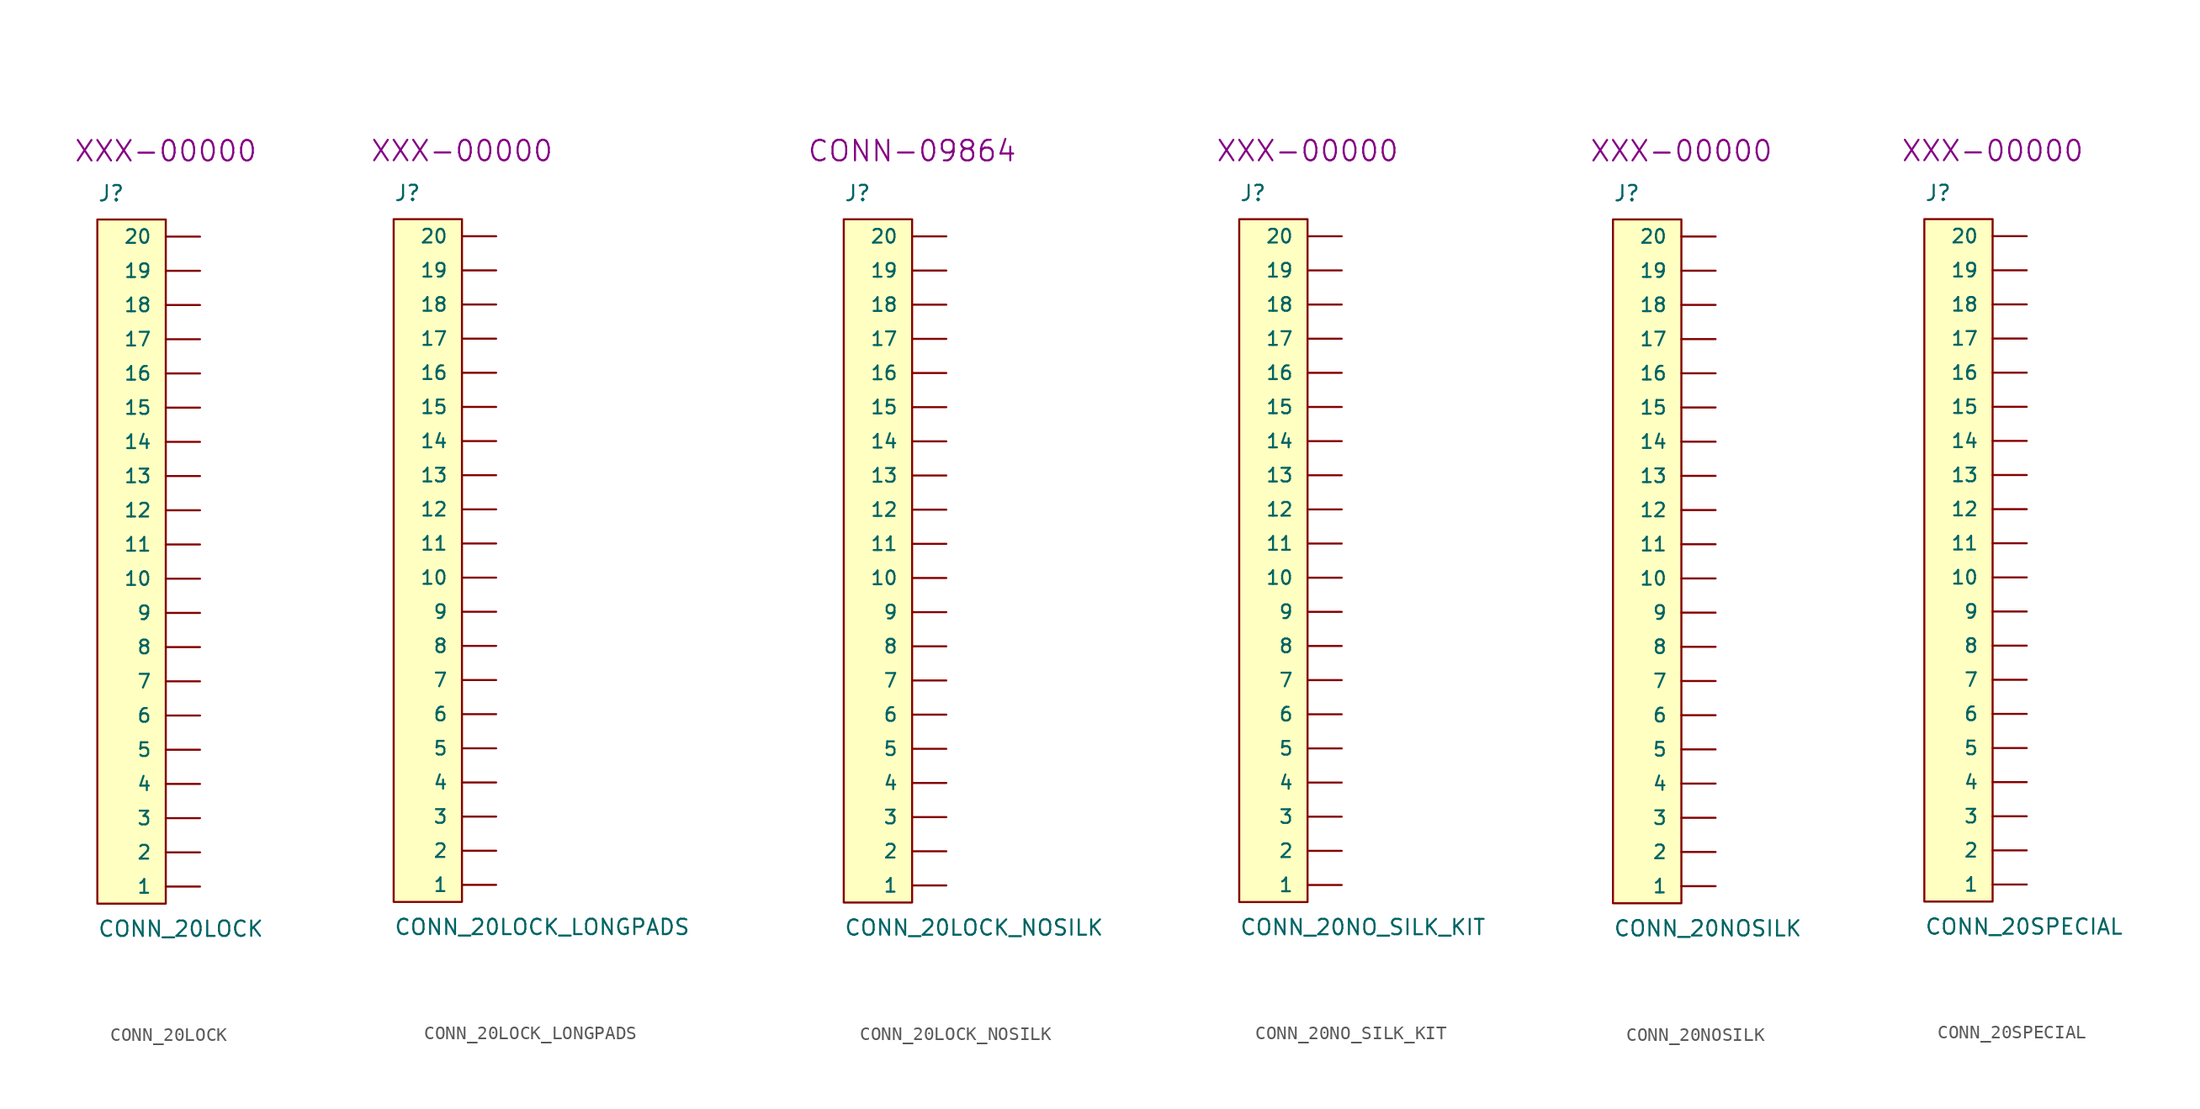
<source format=kicad_sym>
(kicad_symbol_lib
  (version 20220914)
  (generator kicad_symbol_editor)
  (symbol "CONN_20LOCK"
    (pin_numbers hide)
    (pin_names
      (offset 1.016))
    (property "Reference" "J"
      (at -5.08 50.8 0)
      (effects (font (size 1.143 1.143)) (justify left bottom)))
    (property "Value" "CONN_20LOCK"
      (at -5.08 -3.81 0)
      (effects (font (size 1.143 1.143)) (justify left bottom)))
    (property "Field4" "XXX-00000"
      (at 0 54.61 0)
      (effects (font (size 1.524 1.524))))
    (property "ki_locked" ""
      (at 0 0 0)
      (effects (font (size 1.27 1.27))))
    (symbol "CONN_20LOCK_0_1"
      (rectangle (start 0 -1.27) (end -5.08 49.53) (stroke (width 0) (type solid)) (fill (type background))))
    (symbol "CONN_20LOCK_1_1"
      (pin passive line (at 2.54 0 180) (length 2.54) (name "1" (effects (font (size 1.016 1.016)))) (number "1" (effects (font (size 1.016 1.016)))))
      (pin passive line (at 2.54 22.86 180) (length 2.54) (name "10" (effects (font (size 1.016 1.016)))) (number "10" (effects (font (size 1.016 1.016)))))
      (pin passive line (at 2.54 25.4 180) (length 2.54) (name "11" (effects (font (size 1.016 1.016)))) (number "11" (effects (font (size 1.016 1.016)))))
      (pin passive line (at 2.54 27.94 180) (length 2.54) (name "12" (effects (font (size 1.016 1.016)))) (number "12" (effects (font (size 1.016 1.016)))))
      (pin passive line (at 2.54 30.48 180) (length 2.54) (name "13" (effects (font (size 1.016 1.016)))) (number "13" (effects (font (size 1.016 1.016)))))
      (pin passive line (at 2.54 33.02 180) (length 2.54) (name "14" (effects (font (size 1.016 1.016)))) (number "14" (effects (font (size 1.016 1.016)))))
      (pin passive line (at 2.54 35.56 180) (length 2.54) (name "15" (effects (font (size 1.016 1.016)))) (number "15" (effects (font (size 1.016 1.016)))))
      (pin passive line (at 2.54 38.1 180) (length 2.54) (name "16" (effects (font (size 1.016 1.016)))) (number "16" (effects (font (size 1.016 1.016)))))
      (pin passive line (at 2.54 40.64 180) (length 2.54) (name "17" (effects (font (size 1.016 1.016)))) (number "17" (effects (font (size 1.016 1.016)))))
      (pin passive line (at 2.54 43.18 180) (length 2.54) (name "18" (effects (font (size 1.016 1.016)))) (number "18" (effects (font (size 1.016 1.016)))))
      (pin passive line (at 2.54 45.72 180) (length 2.54) (name "19" (effects (font (size 1.016 1.016)))) (number "19" (effects (font (size 1.016 1.016)))))
      (pin passive line (at 2.54 2.54 180) (length 2.54) (name "2" (effects (font (size 1.016 1.016)))) (number "2" (effects (font (size 1.016 1.016)))))
      (pin passive line (at 2.54 48.26 180) (length 2.54) (name "20" (effects (font (size 1.016 1.016)))) (number "20" (effects (font (size 1.016 1.016)))))
      (pin passive line (at 2.54 5.08 180) (length 2.54) (name "3" (effects (font (size 1.016 1.016)))) (number "3" (effects (font (size 1.016 1.016)))))
      (pin passive line (at 2.54 7.62 180) (length 2.54) (name "4" (effects (font (size 1.016 1.016)))) (number "4" (effects (font (size 1.016 1.016)))))
      (pin passive line (at 2.54 10.16 180) (length 2.54) (name "5" (effects (font (size 1.016 1.016)))) (number "5" (effects (font (size 1.016 1.016)))))
      (pin passive line (at 2.54 12.7 180) (length 2.54) (name "6" (effects (font (size 1.016 1.016)))) (number "6" (effects (font (size 1.016 1.016)))))
      (pin passive line (at 2.54 15.24 180) (length 2.54) (name "7" (effects (font (size 1.016 1.016)))) (number "7" (effects (font (size 1.016 1.016)))))
      (pin passive line (at 2.54 17.78 180) (length 2.54) (name "8" (effects (font (size 1.016 1.016)))) (number "8" (effects (font (size 1.016 1.016)))))
      (pin passive line (at 2.54 20.32 180) (length 2.54) (name "9" (effects (font (size 1.016 1.016)))) (number "9" (effects (font (size 1.016 1.016)))))))
  (symbol "CONN_20LOCK_LONGPADS"
    (pin_numbers hide)
    (pin_names
      (offset 1.016))
    (property "Reference" "J"
      (at -5.08 50.8 0)
      (effects (font (size 1.143 1.143)) (justify left bottom)))
    (property "Value" "CONN_20LOCK_LONGPADS"
      (at -5.08 -3.81 0)
      (effects (font (size 1.143 1.143)) (justify left bottom)))
    (property "Field4" "XXX-00000"
      (at 0 54.61 0)
      (effects (font (size 1.524 1.524))))
    (property "ki_locked" ""
      (at 0 0 0)
      (effects (font (size 1.27 1.27))))
    (symbol "CONN_20LOCK_LONGPADS_0_1"
      (rectangle (start 0 -1.27) (end -5.08 49.53) (stroke (width 0) (type solid)) (fill (type background))))
    (symbol "CONN_20LOCK_LONGPADS_1_1"
      (pin passive line (at 2.54 0 180) (length 2.54) (name "1" (effects (font (size 1.016 1.016)))) (number "1" (effects (font (size 1.016 1.016)))))
      (pin passive line (at 2.54 22.86 180) (length 2.54) (name "10" (effects (font (size 1.016 1.016)))) (number "10" (effects (font (size 1.016 1.016)))))
      (pin passive line (at 2.54 25.4 180) (length 2.54) (name "11" (effects (font (size 1.016 1.016)))) (number "11" (effects (font (size 1.016 1.016)))))
      (pin passive line (at 2.54 27.94 180) (length 2.54) (name "12" (effects (font (size 1.016 1.016)))) (number "12" (effects (font (size 1.016 1.016)))))
      (pin passive line (at 2.54 30.48 180) (length 2.54) (name "13" (effects (font (size 1.016 1.016)))) (number "13" (effects (font (size 1.016 1.016)))))
      (pin passive line (at 2.54 33.02 180) (length 2.54) (name "14" (effects (font (size 1.016 1.016)))) (number "14" (effects (font (size 1.016 1.016)))))
      (pin passive line (at 2.54 35.56 180) (length 2.54) (name "15" (effects (font (size 1.016 1.016)))) (number "15" (effects (font (size 1.016 1.016)))))
      (pin passive line (at 2.54 38.1 180) (length 2.54) (name "16" (effects (font (size 1.016 1.016)))) (number "16" (effects (font (size 1.016 1.016)))))
      (pin passive line (at 2.54 40.64 180) (length 2.54) (name "17" (effects (font (size 1.016 1.016)))) (number "17" (effects (font (size 1.016 1.016)))))
      (pin passive line (at 2.54 43.18 180) (length 2.54) (name "18" (effects (font (size 1.016 1.016)))) (number "18" (effects (font (size 1.016 1.016)))))
      (pin passive line (at 2.54 45.72 180) (length 2.54) (name "19" (effects (font (size 1.016 1.016)))) (number "19" (effects (font (size 1.016 1.016)))))
      (pin passive line (at 2.54 2.54 180) (length 2.54) (name "2" (effects (font (size 1.016 1.016)))) (number "2" (effects (font (size 1.016 1.016)))))
      (pin passive line (at 2.54 48.26 180) (length 2.54) (name "20" (effects (font (size 1.016 1.016)))) (number "20" (effects (font (size 1.016 1.016)))))
      (pin passive line (at 2.54 5.08 180) (length 2.54) (name "3" (effects (font (size 1.016 1.016)))) (number "3" (effects (font (size 1.016 1.016)))))
      (pin passive line (at 2.54 7.62 180) (length 2.54) (name "4" (effects (font (size 1.016 1.016)))) (number "4" (effects (font (size 1.016 1.016)))))
      (pin passive line (at 2.54 10.16 180) (length 2.54) (name "5" (effects (font (size 1.016 1.016)))) (number "5" (effects (font (size 1.016 1.016)))))
      (pin passive line (at 2.54 12.7 180) (length 2.54) (name "6" (effects (font (size 1.016 1.016)))) (number "6" (effects (font (size 1.016 1.016)))))
      (pin passive line (at 2.54 15.24 180) (length 2.54) (name "7" (effects (font (size 1.016 1.016)))) (number "7" (effects (font (size 1.016 1.016)))))
      (pin passive line (at 2.54 17.78 180) (length 2.54) (name "8" (effects (font (size 1.016 1.016)))) (number "8" (effects (font (size 1.016 1.016)))))
      (pin passive line (at 2.54 20.32 180) (length 2.54) (name "9" (effects (font (size 1.016 1.016)))) (number "9" (effects (font (size 1.016 1.016)))))))
  (symbol "CONN_20LOCK_NOSILK"
    (pin_numbers hide)
    (pin_names
      (offset 1.016))
    (property "Reference" "J"
      (at -5.08 50.8 0)
      (effects (font (size 1.143 1.143)) (justify left bottom)))
    (property "Value" "CONN_20LOCK_NOSILK"
      (at -5.08 -3.81 0)
      (effects (font (size 1.143 1.143)) (justify left bottom)))
    (property "Field4" "CONN-09864"
      (at 0 54.61 0)
      (effects (font (size 1.524 1.524))))
    (property "ki_locked" ""
      (at 0 0 0)
      (effects (font (size 1.27 1.27))))
    (symbol "CONN_20LOCK_NOSILK_0_1"
      (rectangle (start 0 -1.27) (end -5.08 49.53) (stroke (width 0) (type solid)) (fill (type background))))
    (symbol "CONN_20LOCK_NOSILK_1_1"
      (pin passive line (at 2.54 0 180) (length 2.54) (name "1" (effects (font (size 1.016 1.016)))) (number "1" (effects (font (size 1.016 1.016)))))
      (pin passive line (at 2.54 22.86 180) (length 2.54) (name "10" (effects (font (size 1.016 1.016)))) (number "10" (effects (font (size 1.016 1.016)))))
      (pin passive line (at 2.54 25.4 180) (length 2.54) (name "11" (effects (font (size 1.016 1.016)))) (number "11" (effects (font (size 1.016 1.016)))))
      (pin passive line (at 2.54 27.94 180) (length 2.54) (name "12" (effects (font (size 1.016 1.016)))) (number "12" (effects (font (size 1.016 1.016)))))
      (pin passive line (at 2.54 30.48 180) (length 2.54) (name "13" (effects (font (size 1.016 1.016)))) (number "13" (effects (font (size 1.016 1.016)))))
      (pin passive line (at 2.54 33.02 180) (length 2.54) (name "14" (effects (font (size 1.016 1.016)))) (number "14" (effects (font (size 1.016 1.016)))))
      (pin passive line (at 2.54 35.56 180) (length 2.54) (name "15" (effects (font (size 1.016 1.016)))) (number "15" (effects (font (size 1.016 1.016)))))
      (pin passive line (at 2.54 38.1 180) (length 2.54) (name "16" (effects (font (size 1.016 1.016)))) (number "16" (effects (font (size 1.016 1.016)))))
      (pin passive line (at 2.54 40.64 180) (length 2.54) (name "17" (effects (font (size 1.016 1.016)))) (number "17" (effects (font (size 1.016 1.016)))))
      (pin passive line (at 2.54 43.18 180) (length 2.54) (name "18" (effects (font (size 1.016 1.016)))) (number "18" (effects (font (size 1.016 1.016)))))
      (pin passive line (at 2.54 45.72 180) (length 2.54) (name "19" (effects (font (size 1.016 1.016)))) (number "19" (effects (font (size 1.016 1.016)))))
      (pin passive line (at 2.54 2.54 180) (length 2.54) (name "2" (effects (font (size 1.016 1.016)))) (number "2" (effects (font (size 1.016 1.016)))))
      (pin passive line (at 2.54 48.26 180) (length 2.54) (name "20" (effects (font (size 1.016 1.016)))) (number "20" (effects (font (size 1.016 1.016)))))
      (pin passive line (at 2.54 5.08 180) (length 2.54) (name "3" (effects (font (size 1.016 1.016)))) (number "3" (effects (font (size 1.016 1.016)))))
      (pin passive line (at 2.54 7.62 180) (length 2.54) (name "4" (effects (font (size 1.016 1.016)))) (number "4" (effects (font (size 1.016 1.016)))))
      (pin passive line (at 2.54 10.16 180) (length 2.54) (name "5" (effects (font (size 1.016 1.016)))) (number "5" (effects (font (size 1.016 1.016)))))
      (pin passive line (at 2.54 12.7 180) (length 2.54) (name "6" (effects (font (size 1.016 1.016)))) (number "6" (effects (font (size 1.016 1.016)))))
      (pin passive line (at 2.54 15.24 180) (length 2.54) (name "7" (effects (font (size 1.016 1.016)))) (number "7" (effects (font (size 1.016 1.016)))))
      (pin passive line (at 2.54 17.78 180) (length 2.54) (name "8" (effects (font (size 1.016 1.016)))) (number "8" (effects (font (size 1.016 1.016)))))
      (pin passive line (at 2.54 20.32 180) (length 2.54) (name "9" (effects (font (size 1.016 1.016)))) (number "9" (effects (font (size 1.016 1.016)))))))
  (symbol "CONN_20NO_SILK_KIT"
    (pin_numbers hide)
    (pin_names
      (offset 1.016))
    (property "Reference" "J"
      (at -5.08 50.8 0)
      (effects (font (size 1.143 1.143)) (justify left bottom)))
    (property "Value" "CONN_20NO_SILK_KIT"
      (at -5.08 -3.81 0)
      (effects (font (size 1.143 1.143)) (justify left bottom)))
    (property "Field4" "XXX-00000"
      (at 0 54.61 0)
      (effects (font (size 1.524 1.524))))
    (property "ki_locked" ""
      (at 0 0 0)
      (effects (font (size 1.27 1.27))))
    (symbol "CONN_20NO_SILK_KIT_0_1"
      (rectangle (start 0 -1.27) (end -5.08 49.53) (stroke (width 0) (type solid)) (fill (type background))))
    (symbol "CONN_20NO_SILK_KIT_1_1"
      (pin passive line (at 2.54 0 180) (length 2.54) (name "1" (effects (font (size 1.016 1.016)))) (number "1" (effects (font (size 1.016 1.016)))))
      (pin passive line (at 2.54 22.86 180) (length 2.54) (name "10" (effects (font (size 1.016 1.016)))) (number "10" (effects (font (size 1.016 1.016)))))
      (pin passive line (at 2.54 25.4 180) (length 2.54) (name "11" (effects (font (size 1.016 1.016)))) (number "11" (effects (font (size 1.016 1.016)))))
      (pin passive line (at 2.54 27.94 180) (length 2.54) (name "12" (effects (font (size 1.016 1.016)))) (number "12" (effects (font (size 1.016 1.016)))))
      (pin passive line (at 2.54 30.48 180) (length 2.54) (name "13" (effects (font (size 1.016 1.016)))) (number "13" (effects (font (size 1.016 1.016)))))
      (pin passive line (at 2.54 33.02 180) (length 2.54) (name "14" (effects (font (size 1.016 1.016)))) (number "14" (effects (font (size 1.016 1.016)))))
      (pin passive line (at 2.54 35.56 180) (length 2.54) (name "15" (effects (font (size 1.016 1.016)))) (number "15" (effects (font (size 1.016 1.016)))))
      (pin passive line (at 2.54 38.1 180) (length 2.54) (name "16" (effects (font (size 1.016 1.016)))) (number "16" (effects (font (size 1.016 1.016)))))
      (pin passive line (at 2.54 40.64 180) (length 2.54) (name "17" (effects (font (size 1.016 1.016)))) (number "17" (effects (font (size 1.016 1.016)))))
      (pin passive line (at 2.54 43.18 180) (length 2.54) (name "18" (effects (font (size 1.016 1.016)))) (number "18" (effects (font (size 1.016 1.016)))))
      (pin passive line (at 2.54 45.72 180) (length 2.54) (name "19" (effects (font (size 1.016 1.016)))) (number "19" (effects (font (size 1.016 1.016)))))
      (pin passive line (at 2.54 2.54 180) (length 2.54) (name "2" (effects (font (size 1.016 1.016)))) (number "2" (effects (font (size 1.016 1.016)))))
      (pin passive line (at 2.54 48.26 180) (length 2.54) (name "20" (effects (font (size 1.016 1.016)))) (number "20" (effects (font (size 1.016 1.016)))))
      (pin passive line (at 2.54 5.08 180) (length 2.54) (name "3" (effects (font (size 1.016 1.016)))) (number "3" (effects (font (size 1.016 1.016)))))
      (pin passive line (at 2.54 7.62 180) (length 2.54) (name "4" (effects (font (size 1.016 1.016)))) (number "4" (effects (font (size 1.016 1.016)))))
      (pin passive line (at 2.54 10.16 180) (length 2.54) (name "5" (effects (font (size 1.016 1.016)))) (number "5" (effects (font (size 1.016 1.016)))))
      (pin passive line (at 2.54 12.7 180) (length 2.54) (name "6" (effects (font (size 1.016 1.016)))) (number "6" (effects (font (size 1.016 1.016)))))
      (pin passive line (at 2.54 15.24 180) (length 2.54) (name "7" (effects (font (size 1.016 1.016)))) (number "7" (effects (font (size 1.016 1.016)))))
      (pin passive line (at 2.54 17.78 180) (length 2.54) (name "8" (effects (font (size 1.016 1.016)))) (number "8" (effects (font (size 1.016 1.016)))))
      (pin passive line (at 2.54 20.32 180) (length 2.54) (name "9" (effects (font (size 1.016 1.016)))) (number "9" (effects (font (size 1.016 1.016)))))))
  (symbol "CONN_20NOSILK"
    (pin_numbers hide)
    (pin_names
      (offset 1.016))
    (property "Reference" "J"
      (at -5.08 50.8 0)
      (effects (font (size 1.143 1.143)) (justify left bottom)))
    (property "Value" "CONN_20NOSILK"
      (at -5.08 -3.81 0)
      (effects (font (size 1.143 1.143)) (justify left bottom)))
    (property "Field4" "XXX-00000"
      (at 0 54.61 0)
      (effects (font (size 1.524 1.524))))
    (property "ki_locked" ""
      (at 0 0 0)
      (effects (font (size 1.27 1.27))))
    (symbol "CONN_20NOSILK_0_1"
      (rectangle (start 0 -1.27) (end -5.08 49.53) (stroke (width 0) (type solid)) (fill (type background))))
    (symbol "CONN_20NOSILK_1_1"
      (pin passive line (at 2.54 0 180) (length 2.54) (name "1" (effects (font (size 1.016 1.016)))) (number "1" (effects (font (size 1.016 1.016)))))
      (pin passive line (at 2.54 22.86 180) (length 2.54) (name "10" (effects (font (size 1.016 1.016)))) (number "10" (effects (font (size 1.016 1.016)))))
      (pin passive line (at 2.54 25.4 180) (length 2.54) (name "11" (effects (font (size 1.016 1.016)))) (number "11" (effects (font (size 1.016 1.016)))))
      (pin passive line (at 2.54 27.94 180) (length 2.54) (name "12" (effects (font (size 1.016 1.016)))) (number "12" (effects (font (size 1.016 1.016)))))
      (pin passive line (at 2.54 30.48 180) (length 2.54) (name "13" (effects (font (size 1.016 1.016)))) (number "13" (effects (font (size 1.016 1.016)))))
      (pin passive line (at 2.54 33.02 180) (length 2.54) (name "14" (effects (font (size 1.016 1.016)))) (number "14" (effects (font (size 1.016 1.016)))))
      (pin passive line (at 2.54 35.56 180) (length 2.54) (name "15" (effects (font (size 1.016 1.016)))) (number "15" (effects (font (size 1.016 1.016)))))
      (pin passive line (at 2.54 38.1 180) (length 2.54) (name "16" (effects (font (size 1.016 1.016)))) (number "16" (effects (font (size 1.016 1.016)))))
      (pin passive line (at 2.54 40.64 180) (length 2.54) (name "17" (effects (font (size 1.016 1.016)))) (number "17" (effects (font (size 1.016 1.016)))))
      (pin passive line (at 2.54 43.18 180) (length 2.54) (name "18" (effects (font (size 1.016 1.016)))) (number "18" (effects (font (size 1.016 1.016)))))
      (pin passive line (at 2.54 45.72 180) (length 2.54) (name "19" (effects (font (size 1.016 1.016)))) (number "19" (effects (font (size 1.016 1.016)))))
      (pin passive line (at 2.54 2.54 180) (length 2.54) (name "2" (effects (font (size 1.016 1.016)))) (number "2" (effects (font (size 1.016 1.016)))))
      (pin passive line (at 2.54 48.26 180) (length 2.54) (name "20" (effects (font (size 1.016 1.016)))) (number "20" (effects (font (size 1.016 1.016)))))
      (pin passive line (at 2.54 5.08 180) (length 2.54) (name "3" (effects (font (size 1.016 1.016)))) (number "3" (effects (font (size 1.016 1.016)))))
      (pin passive line (at 2.54 7.62 180) (length 2.54) (name "4" (effects (font (size 1.016 1.016)))) (number "4" (effects (font (size 1.016 1.016)))))
      (pin passive line (at 2.54 10.16 180) (length 2.54) (name "5" (effects (font (size 1.016 1.016)))) (number "5" (effects (font (size 1.016 1.016)))))
      (pin passive line (at 2.54 12.7 180) (length 2.54) (name "6" (effects (font (size 1.016 1.016)))) (number "6" (effects (font (size 1.016 1.016)))))
      (pin passive line (at 2.54 15.24 180) (length 2.54) (name "7" (effects (font (size 1.016 1.016)))) (number "7" (effects (font (size 1.016 1.016)))))
      (pin passive line (at 2.54 17.78 180) (length 2.54) (name "8" (effects (font (size 1.016 1.016)))) (number "8" (effects (font (size 1.016 1.016)))))
      (pin passive line (at 2.54 20.32 180) (length 2.54) (name "9" (effects (font (size 1.016 1.016)))) (number "9" (effects (font (size 1.016 1.016)))))))
  (symbol "CONN_20SPECIAL"
    (pin_numbers hide)
    (pin_names
      (offset 1.016))
    (property "Reference" "J"
      (at -5.08 50.8 0)
      (effects (font (size 1.143 1.143)) (justify left bottom)))
    (property "Value" "CONN_20SPECIAL"
      (at -5.08 -3.81 0)
      (effects (font (size 1.143 1.143)) (justify left bottom)))
    (property "Field4" "XXX-00000"
      (at 0 54.61 0)
      (effects (font (size 1.524 1.524))))
    (property "ki_locked" ""
      (at 0 0 0)
      (effects (font (size 1.27 1.27))))
    (symbol "CONN_20SPECIAL_0_1"
      (rectangle (start 0 -1.27) (end -5.08 49.53) (stroke (width 0) (type solid)) (fill (type background))))
    (symbol "CONN_20SPECIAL_1_1"
      (pin passive line (at 2.54 0 180) (length 2.54) (name "1" (effects (font (size 1.016 1.016)))) (number "1" (effects (font (size 1.016 1.016)))))
      (pin passive line (at 2.54 22.86 180) (length 2.54) (name "10" (effects (font (size 1.016 1.016)))) (number "10" (effects (font (size 1.016 1.016)))))
      (pin passive line (at 2.54 25.4 180) (length 2.54) (name "11" (effects (font (size 1.016 1.016)))) (number "11" (effects (font (size 1.016 1.016)))))
      (pin passive line (at 2.54 27.94 180) (length 2.54) (name "12" (effects (font (size 1.016 1.016)))) (number "12" (effects (font (size 1.016 1.016)))))
      (pin passive line (at 2.54 30.48 180) (length 2.54) (name "13" (effects (font (size 1.016 1.016)))) (number "13" (effects (font (size 1.016 1.016)))))
      (pin passive line (at 2.54 33.02 180) (length 2.54) (name "14" (effects (font (size 1.016 1.016)))) (number "14" (effects (font (size 1.016 1.016)))))
      (pin passive line (at 2.54 35.56 180) (length 2.54) (name "15" (effects (font (size 1.016 1.016)))) (number "15" (effects (font (size 1.016 1.016)))))
      (pin passive line (at 2.54 38.1 180) (length 2.54) (name "16" (effects (font (size 1.016 1.016)))) (number "16" (effects (font (size 1.016 1.016)))))
      (pin passive line (at 2.54 40.64 180) (length 2.54) (name "17" (effects (font (size 1.016 1.016)))) (number "17" (effects (font (size 1.016 1.016)))))
      (pin passive line (at 2.54 43.18 180) (length 2.54) (name "18" (effects (font (size 1.016 1.016)))) (number "18" (effects (font (size 1.016 1.016)))))
      (pin passive line (at 2.54 45.72 180) (length 2.54) (name "19" (effects (font (size 1.016 1.016)))) (number "19" (effects (font (size 1.016 1.016)))))
      (pin passive line (at 2.54 2.54 180) (length 2.54) (name "2" (effects (font (size 1.016 1.016)))) (number "2" (effects (font (size 1.016 1.016)))))
      (pin passive line (at 2.54 48.26 180) (length 2.54) (name "20" (effects (font (size 1.016 1.016)))) (number "20" (effects (font (size 1.016 1.016)))))
      (pin passive line (at 2.54 5.08 180) (length 2.54) (name "3" (effects (font (size 1.016 1.016)))) (number "3" (effects (font (size 1.016 1.016)))))
      (pin passive line (at 2.54 7.62 180) (length 2.54) (name "4" (effects (font (size 1.016 1.016)))) (number "4" (effects (font (size 1.016 1.016)))))
      (pin passive line (at 2.54 10.16 180) (length 2.54) (name "5" (effects (font (size 1.016 1.016)))) (number "5" (effects (font (size 1.016 1.016)))))
      (pin passive line (at 2.54 12.7 180) (length 2.54) (name "6" (effects (font (size 1.016 1.016)))) (number "6" (effects (font (size 1.016 1.016)))))
      (pin passive line (at 2.54 15.24 180) (length 2.54) (name "7" (effects (font (size 1.016 1.016)))) (number "7" (effects (font (size 1.016 1.016)))))
      (pin passive line (at 2.54 17.78 180) (length 2.54) (name "8" (effects (font (size 1.016 1.016)))) (number "8" (effects (font (size 1.016 1.016)))))
      (pin passive line (at 2.54 20.32 180) (length 2.54) (name "9" (effects (font (size 1.016 1.016)))) (number "9" (effects (font (size 1.016 1.016))))))))
</source>
